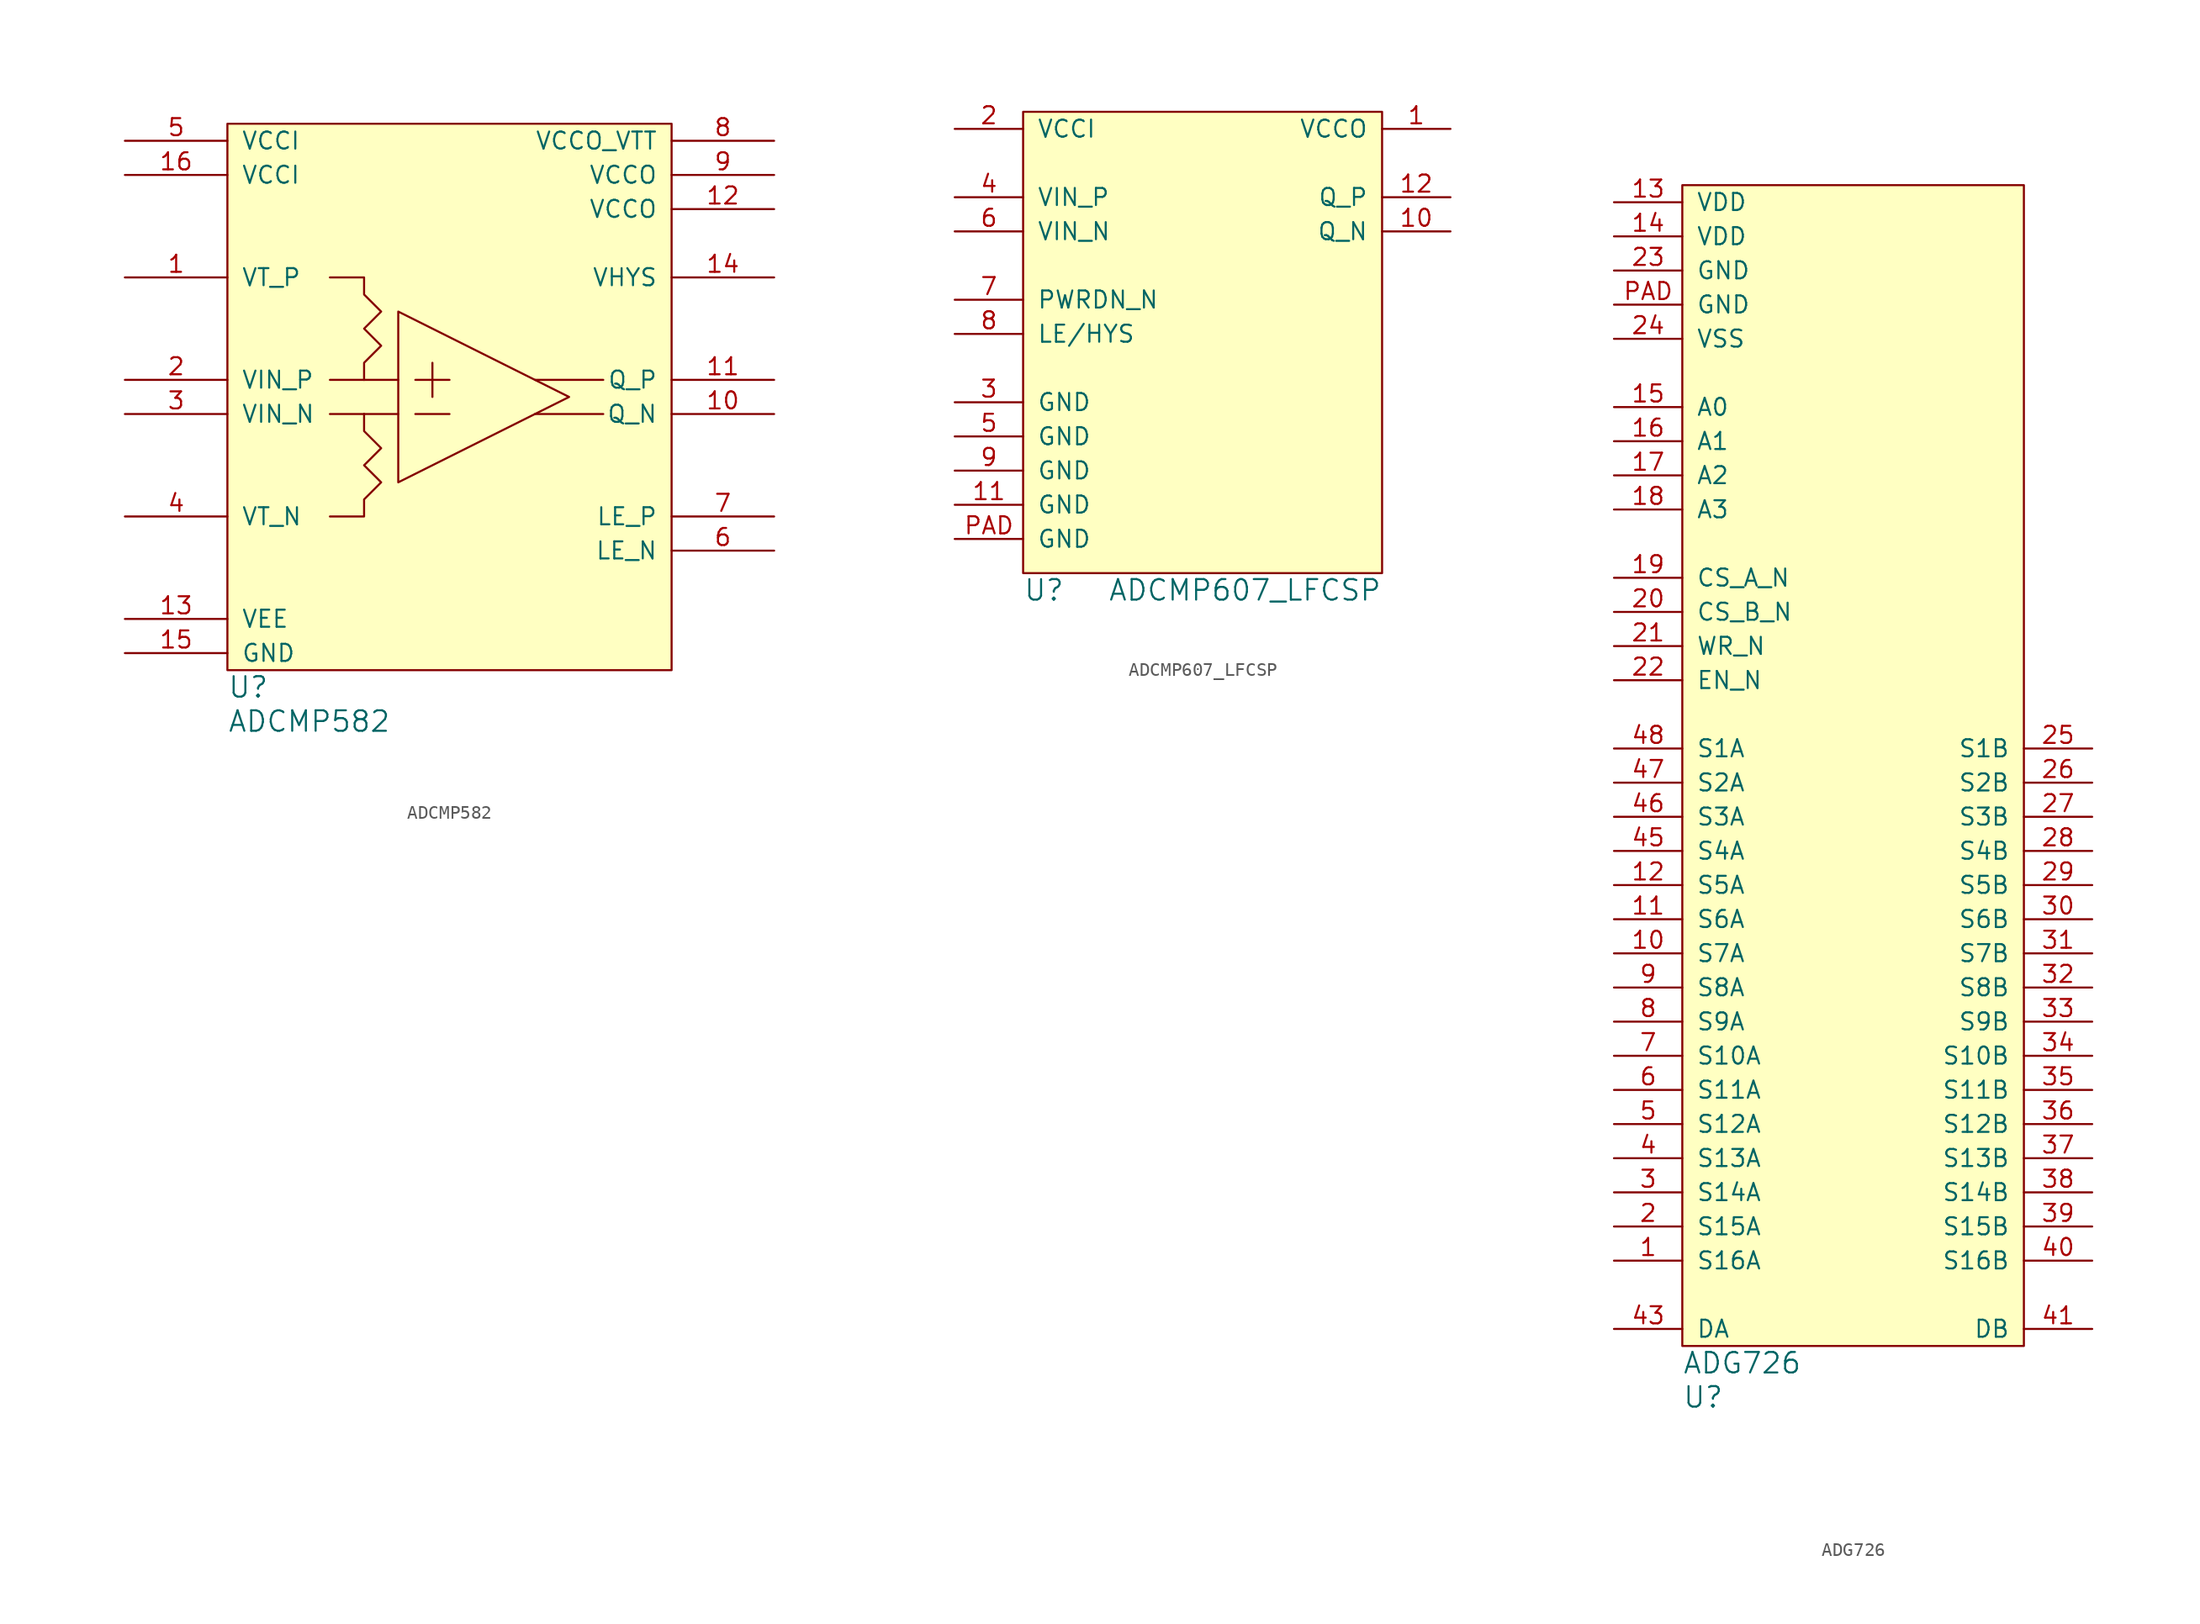
<source format=kicad_sym>
(kicad_symbol_lib
  (version 20211014)
  (generator kicad_symbol_editor)
  (symbol "ADCMP582"
    (pin_names
      (offset 1.016))
    (property "Reference" "U"
      (at 0 -2.54 0)
      (effects (font (size 1.524 1.524)) (justify left)))
    (property "Value" "ADCMP582"
      (at 0 -5.08 0)
      (effects (font (size 1.524 1.524)) (justify left)))
    (symbol "ADCMP582_0_1"
      (polyline (pts (xy 10.16 17.78) (xy 7.62 17.78)) (stroke (width 0) (type default) (color 0 0 0 0)) (fill (type none)))
      (polyline (pts (xy 10.16 17.78) (xy 12.7 17.78)) (stroke (width 0) (type default) (color 0 0 0 0)) (fill (type none)))
      (polyline (pts (xy 10.16 20.32) (xy 7.62 20.32)) (stroke (width 0) (type default) (color 0 0 0 0)) (fill (type none)))
      (polyline (pts (xy 10.16 20.32) (xy 12.7 20.32)) (stroke (width 0) (type default) (color 0 0 0 0)) (fill (type none)))
      (polyline (pts (xy 13.97 17.78) (xy 16.51 17.78)) (stroke (width 0) (type default) (color 0 0 0 0)) (fill (type none)))
      (polyline (pts (xy 13.97 20.32) (xy 16.51 20.32)) (stroke (width 0) (type default) (color 0 0 0 0)) (fill (type none)))
      (polyline (pts (xy 15.24 21.59) (xy 15.24 19.05)) (stroke (width 0) (type default) (color 0 0 0 0)) (fill (type none)))
      (polyline (pts (xy 22.86 17.78) (xy 27.94 17.78)) (stroke (width 0) (type default) (color 0 0 0 0)) (fill (type none)))
      (polyline (pts (xy 22.86 20.32) (xy 27.94 20.32)) (stroke (width 0) (type default) (color 0 0 0 0)) (fill (type none)))
      (polyline (pts (xy 12.7 25.4) (xy 25.4 19.05) (xy 12.7 12.7) (xy 12.7 25.4)) (stroke (width 0) (type default) (color 0 0 0 0)) (fill (type none)))
      (polyline (pts (xy 10.16 17.78) (xy 10.16 16.51) (xy 11.43 15.24) (xy 10.16 13.97) (xy 11.43 12.7) (xy 10.16 11.43) (xy 10.16 10.16) (xy 7.62 10.16)) (stroke (width 0) (type default) (color 0 0 0 0)) (fill (type none)))
      (polyline (pts (xy 10.16 20.32) (xy 10.16 21.59) (xy 11.43 22.86) (xy 10.16 24.13) (xy 11.43 25.4) (xy 10.16 26.67) (xy 10.16 27.94) (xy 7.62 27.94)) (stroke (width 0) (type default) (color 0 0 0 0)) (fill (type none)))
      (rectangle (start 0 39.37) (end 33.02 -1.27) (stroke (width 0) (type default) (color 0 0 0 0)) (fill (type background))))
    (symbol "ADCMP582_1_1"
      (pin passive line (at -7.62 27.94 0) (length 7.62) (name "VT_P" (effects (font (size 1.27 1.27)))) (number "1" (effects (font (size 1.27 1.27)))))
      (pin output line (at 40.64 17.78 180) (length 7.62) (name "Q_N" (effects (font (size 1.27 1.27)))) (number "10" (effects (font (size 1.27 1.27)))))
      (pin output line (at 40.64 20.32 180) (length 7.62) (name "Q_P" (effects (font (size 1.27 1.27)))) (number "11" (effects (font (size 1.27 1.27)))))
      (pin power_in line (at 40.64 33.02 180) (length 7.62) (name "VCCO" (effects (font (size 1.27 1.27)))) (number "12" (effects (font (size 1.27 1.27)))))
      (pin power_in line (at -7.62 2.54 0) (length 7.62) (name "VEE" (effects (font (size 1.27 1.27)))) (number "13" (effects (font (size 1.27 1.27)))))
      (pin passive line (at 40.64 27.94 180) (length 7.62) (name "VHYS" (effects (font (size 1.27 1.27)))) (number "14" (effects (font (size 1.27 1.27)))))
      (pin power_in line (at -7.62 0 0) (length 7.62) (name "GND" (effects (font (size 1.27 1.27)))) (number "15" (effects (font (size 1.27 1.27)))))
      (pin power_in line (at -7.62 35.56 0) (length 7.62) (name "VCCI" (effects (font (size 1.27 1.27)))) (number "16" (effects (font (size 1.27 1.27)))))
      (pin input line (at -7.62 20.32 0) (length 7.62) (name "VIN_P" (effects (font (size 1.27 1.27)))) (number "2" (effects (font (size 1.27 1.27)))))
      (pin input line (at -7.62 17.78 0) (length 7.62) (name "VIN_N" (effects (font (size 1.27 1.27)))) (number "3" (effects (font (size 1.27 1.27)))))
      (pin passive line (at -7.62 10.16 0) (length 7.62) (name "VT_N" (effects (font (size 1.27 1.27)))) (number "4" (effects (font (size 1.27 1.27)))))
      (pin power_in line (at -7.62 38.1 0) (length 7.62) (name "VCCI" (effects (font (size 1.27 1.27)))) (number "5" (effects (font (size 1.27 1.27)))))
      (pin input line (at 40.64 7.62 180) (length 7.62) (name "LE_N" (effects (font (size 1.27 1.27)))) (number "6" (effects (font (size 1.27 1.27)))))
      (pin input line (at 40.64 10.16 180) (length 7.62) (name "LE_P" (effects (font (size 1.27 1.27)))) (number "7" (effects (font (size 1.27 1.27)))))
      (pin power_in line (at 40.64 38.1 180) (length 7.62) (name "VCCO_VTT" (effects (font (size 1.27 1.27)))) (number "8" (effects (font (size 1.27 1.27)))))
      (pin power_in line (at 40.64 35.56 180) (length 7.62) (name "VCCO" (effects (font (size 1.27 1.27)))) (number "9" (effects (font (size 1.27 1.27)))))))
  (symbol "ADCMP607_LFCSP"
    (pin_names
      (offset 1.016))
    (property "Reference" "U"
      (at 0 -1.27 0)
      (effects (font (size 1.524 1.524)) (justify left)))
    (property "Value" "ADCMP607_LFCSP"
      (at 26.67 -1.27 0)
      (effects (font (size 1.524 1.524)) (justify right)))
    (symbol "ADCMP607_LFCSP_0_1"
      (rectangle (start 0 34.29) (end 26.67 0) (stroke (width 0) (type default) (color 0 0 0 0)) (fill (type background))))
    (symbol "ADCMP607_LFCSP_1_1"
      (pin power_in line (at 31.75 33.02 180) (length 5.08) (name "VCCO" (effects (font (size 1.27 1.27)))) (number "1" (effects (font (size 1.27 1.27)))))
      (pin output line (at 31.75 25.4 180) (length 5.08) (name "Q_N" (effects (font (size 1.27 1.27)))) (number "10" (effects (font (size 1.27 1.27)))))
      (pin power_in line (at -5.08 5.08 0) (length 5.08) (name "GND" (effects (font (size 1.27 1.27)))) (number "11" (effects (font (size 1.27 1.27)))))
      (pin output line (at 31.75 27.94 180) (length 5.08) (name "Q_P" (effects (font (size 1.27 1.27)))) (number "12" (effects (font (size 1.27 1.27)))))
      (pin power_in line (at -5.08 33.02 0) (length 5.08) (name "VCCI" (effects (font (size 1.27 1.27)))) (number "2" (effects (font (size 1.27 1.27)))))
      (pin power_in line (at -5.08 12.7 0) (length 5.08) (name "GND" (effects (font (size 1.27 1.27)))) (number "3" (effects (font (size 1.27 1.27)))))
      (pin input line (at -5.08 27.94 0) (length 5.08) (name "VIN_P" (effects (font (size 1.27 1.27)))) (number "4" (effects (font (size 1.27 1.27)))))
      (pin power_in line (at -5.08 10.16 0) (length 5.08) (name "GND" (effects (font (size 1.27 1.27)))) (number "5" (effects (font (size 1.27 1.27)))))
      (pin input line (at -5.08 25.4 0) (length 5.08) (name "VIN_N" (effects (font (size 1.27 1.27)))) (number "6" (effects (font (size 1.27 1.27)))))
      (pin input line (at -5.08 20.32 0) (length 5.08) (name "PWRDN_N" (effects (font (size 1.27 1.27)))) (number "7" (effects (font (size 1.27 1.27)))))
      (pin input line (at -5.08 17.78 0) (length 5.08) (name "LE/HYS" (effects (font (size 1.27 1.27)))) (number "8" (effects (font (size 1.27 1.27)))))
      (pin power_in line (at -5.08 7.62 0) (length 5.08) (name "GND" (effects (font (size 1.27 1.27)))) (number "9" (effects (font (size 1.27 1.27)))))
      (pin power_in line (at -5.08 2.54 0) (length 5.08) (name "GND" (effects (font (size 1.27 1.27)))) (number "PAD" (effects (font (size 1.27 1.27)))))))
  (symbol "ADG726"
    (pin_names
      (offset 1.016))
    (property "Reference" "U"
      (at 0 -3.81 0)
      (effects (font (size 1.524 1.524)) (justify left)))
    (property "Value" "ADG726"
      (at 0 -1.27 0)
      (effects (font (size 1.524 1.524)) (justify left)))
    (property "Footprint" ""
      (at 0 -1.27 0)
      (effects (font (size 1.524 1.524))))
    (property "Datasheet" ""
      (at 0 -1.27 0)
      (effects (font (size 1.524 1.524))))
    (symbol "ADG726_0_1"
      (rectangle (start 0 86.36) (end 25.4 0) (stroke (width 0) (type default) (color 0 0 0 0)) (fill (type background))))
    (symbol "ADG726_1_1"
      (pin passive line (at -5.08 6.35 0) (length 5.08) (name "S16A" (effects (font (size 1.27 1.27)))) (number "1" (effects (font (size 1.27 1.27)))))
      (pin passive line (at -5.08 29.21 0) (length 5.08) (name "S7A" (effects (font (size 1.27 1.27)))) (number "10" (effects (font (size 1.27 1.27)))))
      (pin passive line (at -5.08 31.75 0) (length 5.08) (name "S6A" (effects (font (size 1.27 1.27)))) (number "11" (effects (font (size 1.27 1.27)))))
      (pin passive line (at -5.08 34.29 0) (length 5.08) (name "S5A" (effects (font (size 1.27 1.27)))) (number "12" (effects (font (size 1.27 1.27)))))
      (pin power_in line (at -5.08 85.09 0) (length 5.08) (name "VDD" (effects (font (size 1.27 1.27)))) (number "13" (effects (font (size 1.27 1.27)))))
      (pin power_in line (at -5.08 82.55 0) (length 5.08) (name "VDD" (effects (font (size 1.27 1.27)))) (number "14" (effects (font (size 1.27 1.27)))))
      (pin input line (at -5.08 69.85 0) (length 5.08) (name "A0" (effects (font (size 1.27 1.27)))) (number "15" (effects (font (size 1.27 1.27)))))
      (pin input line (at -5.08 67.31 0) (length 5.08) (name "A1" (effects (font (size 1.27 1.27)))) (number "16" (effects (font (size 1.27 1.27)))))
      (pin input line (at -5.08 64.77 0) (length 5.08) (name "A2" (effects (font (size 1.27 1.27)))) (number "17" (effects (font (size 1.27 1.27)))))
      (pin input line (at -5.08 62.23 0) (length 5.08) (name "A3" (effects (font (size 1.27 1.27)))) (number "18" (effects (font (size 1.27 1.27)))))
      (pin input line (at -5.08 57.15 0) (length 5.08) (name "CS_A_N" (effects (font (size 1.27 1.27)))) (number "19" (effects (font (size 1.27 1.27)))))
      (pin passive line (at -5.08 8.89 0) (length 5.08) (name "S15A" (effects (font (size 1.27 1.27)))) (number "2" (effects (font (size 1.27 1.27)))))
      (pin input line (at -5.08 54.61 0) (length 5.08) (name "CS_B_N" (effects (font (size 1.27 1.27)))) (number "20" (effects (font (size 1.27 1.27)))))
      (pin input line (at -5.08 52.07 0) (length 5.08) (name "WR_N" (effects (font (size 1.27 1.27)))) (number "21" (effects (font (size 1.27 1.27)))))
      (pin input line (at -5.08 49.53 0) (length 5.08) (name "EN_N" (effects (font (size 1.27 1.27)))) (number "22" (effects (font (size 1.27 1.27)))))
      (pin power_in line (at -5.08 80.01 0) (length 5.08) (name "GND" (effects (font (size 1.27 1.27)))) (number "23" (effects (font (size 1.27 1.27)))))
      (pin power_in line (at -5.08 74.93 0) (length 5.08) (name "VSS" (effects (font (size 1.27 1.27)))) (number "24" (effects (font (size 1.27 1.27)))))
      (pin passive line (at 30.48 44.45 180) (length 5.08) (name "S1B" (effects (font (size 1.27 1.27)))) (number "25" (effects (font (size 1.27 1.27)))))
      (pin passive line (at 30.48 41.91 180) (length 5.08) (name "S2B" (effects (font (size 1.27 1.27)))) (number "26" (effects (font (size 1.27 1.27)))))
      (pin passive line (at 30.48 39.37 180) (length 5.08) (name "S3B" (effects (font (size 1.27 1.27)))) (number "27" (effects (font (size 1.27 1.27)))))
      (pin passive line (at 30.48 36.83 180) (length 5.08) (name "S4B" (effects (font (size 1.27 1.27)))) (number "28" (effects (font (size 1.27 1.27)))))
      (pin passive line (at 30.48 34.29 180) (length 5.08) (name "S5B" (effects (font (size 1.27 1.27)))) (number "29" (effects (font (size 1.27 1.27)))))
      (pin passive line (at -5.08 11.43 0) (length 5.08) (name "S14A" (effects (font (size 1.27 1.27)))) (number "3" (effects (font (size 1.27 1.27)))))
      (pin passive line (at 30.48 31.75 180) (length 5.08) (name "S6B" (effects (font (size 1.27 1.27)))) (number "30" (effects (font (size 1.27 1.27)))))
      (pin passive line (at 30.48 29.21 180) (length 5.08) (name "S7B" (effects (font (size 1.27 1.27)))) (number "31" (effects (font (size 1.27 1.27)))))
      (pin passive line (at 30.48 26.67 180) (length 5.08) (name "S8B" (effects (font (size 1.27 1.27)))) (number "32" (effects (font (size 1.27 1.27)))))
      (pin passive line (at 30.48 24.13 180) (length 5.08) (name "S9B" (effects (font (size 1.27 1.27)))) (number "33" (effects (font (size 1.27 1.27)))))
      (pin passive line (at 30.48 21.59 180) (length 5.08) (name "S10B" (effects (font (size 1.27 1.27)))) (number "34" (effects (font (size 1.27 1.27)))))
      (pin passive line (at 30.48 19.05 180) (length 5.08) (name "S11B" (effects (font (size 1.27 1.27)))) (number "35" (effects (font (size 1.27 1.27)))))
      (pin passive line (at 30.48 16.51 180) (length 5.08) (name "S12B" (effects (font (size 1.27 1.27)))) (number "36" (effects (font (size 1.27 1.27)))))
      (pin passive line (at 30.48 13.97 180) (length 5.08) (name "S13B" (effects (font (size 1.27 1.27)))) (number "37" (effects (font (size 1.27 1.27)))))
      (pin passive line (at 30.48 11.43 180) (length 5.08) (name "S14B" (effects (font (size 1.27 1.27)))) (number "38" (effects (font (size 1.27 1.27)))))
      (pin passive line (at 30.48 8.89 180) (length 5.08) (name "S15B" (effects (font (size 1.27 1.27)))) (number "39" (effects (font (size 1.27 1.27)))))
      (pin passive line (at -5.08 13.97 0) (length 5.08) (name "S13A" (effects (font (size 1.27 1.27)))) (number "4" (effects (font (size 1.27 1.27)))))
      (pin passive line (at 30.48 6.35 180) (length 5.08) (name "S16B" (effects (font (size 1.27 1.27)))) (number "40" (effects (font (size 1.27 1.27)))))
      (pin passive line (at 30.48 1.27 180) (length 5.08) (name "DB" (effects (font (size 1.27 1.27)))) (number "41" (effects (font (size 1.27 1.27)))))
      (pin passive line (at -5.08 1.27 0) (length 5.08) (name "DA" (effects (font (size 1.27 1.27)))) (number "43" (effects (font (size 1.27 1.27)))))
      (pin passive line (at -5.08 36.83 0) (length 5.08) (name "S4A" (effects (font (size 1.27 1.27)))) (number "45" (effects (font (size 1.27 1.27)))))
      (pin passive line (at -5.08 39.37 0) (length 5.08) (name "S3A" (effects (font (size 1.27 1.27)))) (number "46" (effects (font (size 1.27 1.27)))))
      (pin passive line (at -5.08 41.91 0) (length 5.08) (name "S2A" (effects (font (size 1.27 1.27)))) (number "47" (effects (font (size 1.27 1.27)))))
      (pin passive line (at -5.08 44.45 0) (length 5.08) (name "S1A" (effects (font (size 1.27 1.27)))) (number "48" (effects (font (size 1.27 1.27)))))
      (pin passive line (at -5.08 16.51 0) (length 5.08) (name "S12A" (effects (font (size 1.27 1.27)))) (number "5" (effects (font (size 1.27 1.27)))))
      (pin passive line (at -5.08 19.05 0) (length 5.08) (name "S11A" (effects (font (size 1.27 1.27)))) (number "6" (effects (font (size 1.27 1.27)))))
      (pin passive line (at -5.08 21.59 0) (length 5.08) (name "S10A" (effects (font (size 1.27 1.27)))) (number "7" (effects (font (size 1.27 1.27)))))
      (pin passive line (at -5.08 24.13 0) (length 5.08) (name "S9A" (effects (font (size 1.27 1.27)))) (number "8" (effects (font (size 1.27 1.27)))))
      (pin passive line (at -5.08 26.67 0) (length 5.08) (name "S8A" (effects (font (size 1.27 1.27)))) (number "9" (effects (font (size 1.27 1.27)))))
      (pin power_in line (at -5.08 77.47 0) (length 5.08) (name "GND" (effects (font (size 1.27 1.27)))) (number "PAD" (effects (font (size 1.27 1.27))))))))
</source>
